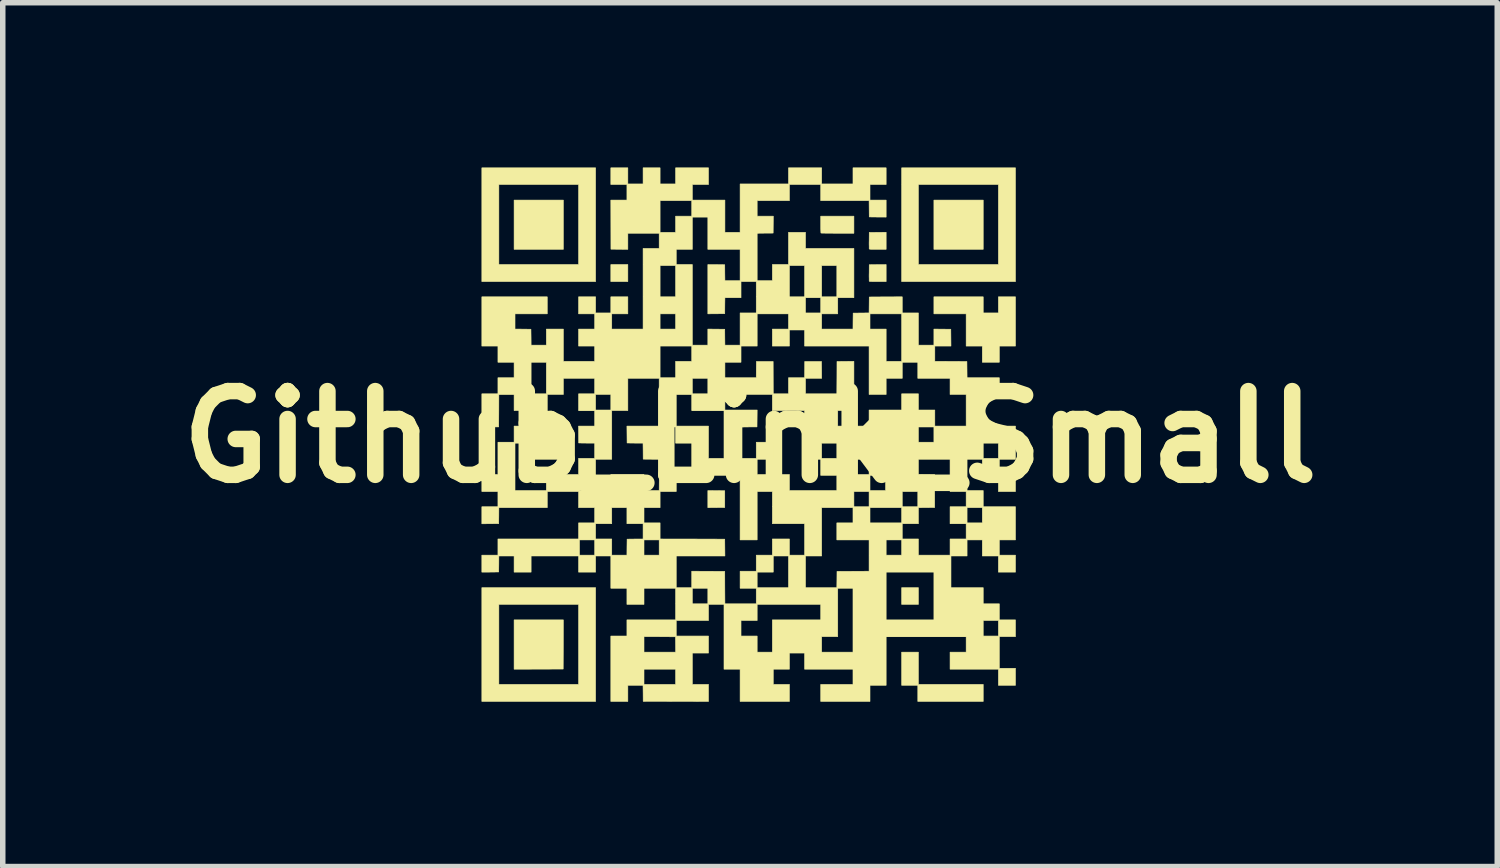
<source format=kicad_pcb>
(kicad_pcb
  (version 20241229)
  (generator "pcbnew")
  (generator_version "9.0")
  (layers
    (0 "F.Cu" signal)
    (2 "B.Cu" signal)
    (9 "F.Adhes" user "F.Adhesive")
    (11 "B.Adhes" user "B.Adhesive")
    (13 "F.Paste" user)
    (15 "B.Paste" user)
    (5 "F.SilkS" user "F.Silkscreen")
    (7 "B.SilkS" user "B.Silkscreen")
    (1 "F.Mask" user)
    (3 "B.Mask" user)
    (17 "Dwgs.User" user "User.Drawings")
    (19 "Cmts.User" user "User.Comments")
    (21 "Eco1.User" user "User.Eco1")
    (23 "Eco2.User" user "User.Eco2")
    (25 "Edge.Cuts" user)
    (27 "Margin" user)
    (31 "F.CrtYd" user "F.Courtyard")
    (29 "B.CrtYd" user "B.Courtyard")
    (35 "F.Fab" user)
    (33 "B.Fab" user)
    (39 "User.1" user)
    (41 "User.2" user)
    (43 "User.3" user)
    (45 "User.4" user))
  (footprint "Github_Link_Small"
    (layer "F.Cu")
    (at 10.603 4.904)
    (property "Reference" "Github_Link_Small" (at 0 0 0) (layer "F.SilkS") (effects (font (size 1.524 1.524) (thickness 0.3))))
    (attr through_hole)
    (fp_poly (pts (xy -3.398 -3.415) (xy -4.295 -3.415) (xy -4.295 -4.312) (xy -3.398 -4.312) (xy -3.398 -3.415)) (stroke (width 0.01) (type solid)) (fill yes) (layer "F.SilkS"))
    (fp_poly (pts (xy -2.224 -2.828) (xy -2.534 -2.828) (xy -2.534 -3.138) (xy -2.224 -3.138) (xy -2.224 -2.828)) (stroke (width 0.01) (type solid)) (fill yes) (layer "F.SilkS"))
    (fp_poly (pts (xy 3.065 3.048) (xy 2.76 3.048) (xy 2.76 2.743) (xy 3.065 2.743) (xy 3.065 3.048)) (stroke (width 0.01) (type solid)) (fill yes) (layer "F.SilkS"))
    (fp_poly (pts (xy 4.245 -3.415) (xy 3.347 -3.415) (xy 3.347 -4.312) (xy 4.245 -4.312) (xy 4.245 -3.415)) (stroke (width 0.01) (type solid)) (fill yes) (layer "F.SilkS"))
    (fp_poly (pts (xy -3.399 3.778) (xy -3.401 4.225) (xy -4.295 4.228) (xy -4.295 3.33) (xy -3.398 3.33) (xy -3.399 3.778)) (stroke (width 0.01) (type solid)) (fill yes) (layer "F.SilkS"))
    (fp_poly (pts (xy -0.614 0.978) (xy -0.46 0.979) (xy -0.46 1.284) (xy -0.768 1.287) (xy -0.768 0.976) (xy -0.614 0.978)) (stroke (width 0.01) (type solid)) (fill yes) (layer "F.SilkS"))
    (fp_poly (pts (xy -2.811 -2.828) (xy -4.882 -2.828) (xy -4.882 -4.595) (xy -4.572 -4.595) (xy -4.572 -3.138) (xy -3.121 -3.138) (xy -3.121 -4.595) (xy -4.572 -4.595) (xy -4.882 -4.595) (xy -4.882 -4.899) (xy -2.811 -4.899) (xy -2.811 -2.828)) (stroke (width 0.01) (type solid)) (fill yes) (layer "F.SilkS"))
    (fp_poly (pts (xy 4.832 -2.828) (xy 2.76 -2.828) (xy 2.76 -3.138) (xy 3.065 -3.138) (xy 4.521 -3.138) (xy 4.521 -4.595) (xy 3.065 -4.595) (xy 3.065 -3.866) (xy 3.065 -3.138) (xy 2.76 -3.138) (xy 2.76 -4.899) (xy 4.832 -4.899) (xy 4.832 -2.828)) (stroke (width 0.01) (type solid)) (fill yes) (layer "F.SilkS"))
    (fp_poly (pts (xy 4.245 -2.258) (xy 4.521 -2.258) (xy 4.521 -2.551) (xy 4.832 -2.551) (xy 4.832 -1.654) (xy 4.538 -1.654) (xy 4.538 -1.36) (xy 4.228 -1.36) (xy 4.228 -1.654) (xy 3.934 -1.654) (xy 3.934 -2.241) (xy 3.347 -2.241) (xy 3.347 -2.551) (xy 4.245 -2.551) (xy 4.245 -2.258)) (stroke (width 0.01) (type solid)) (fill yes) (layer "F.SilkS"))
    (fp_poly (pts (xy 3.065 4.068) (xy 3.065 4.119) (xy 3.065 4.177) (xy 3.065 4.236) (xy 3.065 4.294) (xy 3.065 4.346) (xy 3.065 4.362) (xy 3.065 4.504) (xy 4.245 4.504) (xy 4.245 4.815) (xy 3.054 4.815) (xy 3.054 4.521) (xy 2.76 4.521) (xy 2.76 3.917) (xy 3.065 3.917) (xy 3.065 4.068)) (stroke (width 0.01) (type solid)) (fill yes) (layer "F.SilkS"))
    (fp_poly (pts (xy 2.478 -3.415) (xy 2.325 -3.415) (xy 2.277 -3.415) (xy 2.24 -3.415) (xy 2.211 -3.416) (xy 2.191 -3.417) (xy 2.178 -3.419) (xy 2.172 -3.421) (xy 2.17 -3.422) (xy 2.169 -3.429) (xy 2.169 -3.447) (xy 2.169 -3.472) (xy 2.168 -3.503) (xy 2.168 -3.54) (xy 2.169 -3.576) (xy 2.17 -3.723) (xy 2.478 -3.726) (xy 2.478 -3.415)) (stroke (width 0.01) (type solid)) (fill yes) (layer "F.SilkS"))
    (fp_poly (pts (xy 2.478 -2.828) (xy 2.325 -2.828) (xy 2.277 -2.828) (xy 2.24 -2.828) (xy 2.211 -2.829) (xy 2.191 -2.83) (xy 2.178 -2.832) (xy 2.172 -2.834) (xy 2.17 -2.835) (xy 2.169 -2.842) (xy 2.169 -2.859) (xy 2.169 -2.885) (xy 2.168 -2.916) (xy 2.168 -2.953) (xy 2.169 -2.989) (xy 2.17 -3.135) (xy 2.324 -3.137) (xy 2.478 -3.138) (xy 2.478 -2.828)) (stroke (width 0.01) (type solid)) (fill yes) (layer "F.SilkS"))
    (fp_poly (pts (xy 1.891 -3.708) (xy 1.593 -3.708) (xy 1.536 -3.708) (xy 1.482 -3.709) (xy 1.433 -3.709) (xy 1.39 -3.709) (xy 1.353 -3.71) (xy 1.323 -3.71) (xy 1.303 -3.711) (xy 1.292 -3.712) (xy 1.291 -3.712) (xy 1.29 -3.719) (xy 1.289 -3.735) (xy 1.288 -3.759) (xy 1.287 -3.791) (xy 1.287 -3.827) (xy 1.287 -3.867) (xy 1.287 -4.019) (xy 1.891 -4.019) (xy 1.891 -3.708)) (stroke (width 0.01) (type solid)) (fill yes) (layer "F.SilkS"))
    (fp_poly (pts (xy -3.619 2.743) (xy -3.53 2.743) (xy -3.444 2.743) (xy -3.362 2.743) (xy -3.284 2.743) (xy -3.213 2.743) (xy -3.147 2.743) (xy -3.09 2.743) (xy -3.04 2.743) (xy -3 2.743) (xy -2.97 2.743) (xy -2.959 2.743) (xy -2.811 2.743) (xy -2.811 4.815) (xy -4.882 4.815) (xy -4.882 3.048) (xy -4.572 3.048) (xy -4.572 4.504) (xy -3.121 4.504) (xy -3.121 3.048) (xy -4.572 3.048) (xy -4.882 3.048) (xy -4.882 2.743) (xy -4.737 2.743) (xy -4.706 2.743) (xy -4.665 2.743) (xy -4.614 2.743) (xy -4.556 2.743) (xy -4.49 2.743) (xy -4.418 2.743) (xy -4.34 2.743) (xy -4.257 2.743) (xy -4.171 2.743) (xy -4.081 2.743) (xy -3.99 2.743) (xy -3.897 2.743) (xy -3.803 2.743) (xy -3.711 2.743) (xy -3.619 2.743)) (stroke (width 0.01) (type solid)) (fill yes) (layer "F.SilkS"))
    (fp_poly (pts (xy -2.224 -4.606) (xy -1.947 -4.606) (xy -1.947 -4.899) (xy -1.637 -4.899) (xy -1.637 -4.606) (xy -1.355 -4.606) (xy -1.355 -4.899) (xy -0.756 -4.899) (xy -0.756 -4.595) (xy -1.05 -4.595) (xy -1.05 -4.312) (xy -0.457 -4.312) (xy -0.457 -3.725) (xy -0.181 -3.725) (xy -0.181 -4.606) (xy 0.7 -4.606) (xy 0.7 -4.899) (xy 1.304 -4.899) (xy 1.304 -4.606) (xy 1.874 -4.606) (xy 1.874 -4.899) (xy 2.478 -4.899) (xy 2.478 -4.595) (xy 2.184 -4.595) (xy 2.184 -4.312) (xy 2.478 -4.312) (xy 2.478 -4.002) (xy 2.324 -4.003) (xy 2.17 -4.005) (xy 2.167 -4.301) (xy 1.878 -4.301) (xy 1.815 -4.301) (xy 1.751 -4.301) (xy 1.686 -4.301) (xy 1.624 -4.301) (xy 1.565 -4.301) (xy 1.513 -4.301) (xy 1.468 -4.301) (xy 1.438 -4.301) (xy 1.287 -4.301) (xy 1.287 -4.595) (xy 0.717 -4.595) (xy 0.717 -4.301) (xy 0.566 -4.301) (xy 0.515 -4.301) (xy 0.457 -4.301) (xy 0.398 -4.301) (xy 0.34 -4.301) (xy 0.288 -4.301) (xy 0.272 -4.301) (xy 0.13 -4.302) (xy 0.13 -4.019) (xy 0.424 -4.019) (xy 0.421 -3.711) (xy 0.275 -3.71) (xy 0.13 -3.708) (xy 0.13 -2.845) (xy 0.406 -2.845) (xy 0.406 -3.121) (xy 0.717 -3.121) (xy 0.717 -2.551) (xy 0.993 -2.551) (xy 0.993 -3.121) (xy 1.304 -3.121) (xy 1.304 -2.551) (xy 1.58 -2.551) (xy 1.58 -3.121) (xy 1.304 -3.121) (xy 0.993 -3.121) (xy 0.717 -3.121) (xy 0.406 -3.121) (xy 0.406 -3.138) (xy 0.7 -3.138) (xy 0.7 -3.725) (xy 1.01 -3.725) (xy 1.01 -3.432) (xy 1.891 -3.432) (xy 1.891 -2.534) (xy 1.597 -2.534) (xy 1.597 -2.241) (xy 1.304 -2.241) (xy 1.304 -1.964) (xy 1.874 -1.964) (xy 1.875 -2.11) (xy 1.877 -2.241) (xy 2.184 -2.241) (xy 2.184 -1.964) (xy 2.478 -1.964) (xy 2.478 -1.377) (xy 2.76 -1.377) (xy 2.76 -2.241) (xy 2.184 -2.241) (xy 1.877 -2.241) (xy 1.877 -2.255) (xy 2.022 -2.256) (xy 2.167 -2.258) (xy 2.17 -2.548) (xy 2.471 -2.55) (xy 2.771 -2.551) (xy 2.771 -2.258) (xy 3.065 -2.258) (xy 3.065 -2.107) (xy 3.065 -2.056) (xy 3.065 -1.998) (xy 3.065 -1.939) (xy 3.065 -1.881) (xy 3.065 -1.829) (xy 3.065 -1.813) (xy 3.065 -1.671) (xy 3.347 -1.671) (xy 3.347 -1.964) (xy 3.655 -1.961) (xy 3.658 -1.654) (xy 3.364 -1.654) (xy 3.364 -1.377) (xy 3.948 -1.374) (xy 3.951 -1.078) (xy 4.094 -1.078) (xy 4.143 -1.078) (xy 4.199 -1.078) (xy 4.258 -1.078) (xy 4.317 -1.078) (xy 4.371 -1.078) (xy 4.387 -1.078) (xy 4.538 -1.078) (xy 4.538 -0.773) (xy 4.245 -0.773) (xy 4.245 -0.198) (xy 4.832 -0.198) (xy 4.832 0.406) (xy 4.538 0.406) (xy 4.538 0.683) (xy 4.832 0.683) (xy 4.832 0.993) (xy 4.521 0.993) (xy 4.521 0.7) (xy 4.228 0.7) (xy 4.228 0.406) (xy 3.951 0.406) (xy 3.951 0.976) (xy 4.245 0.976) (xy 4.245 1.27) (xy 4.832 1.27) (xy 4.832 1.874) (xy 4.538 1.874) (xy 4.538 2.151) (xy 4.832 2.151) (xy 4.832 2.461) (xy 4.521 2.461) (xy 4.521 2.167) (xy 4.228 2.167) (xy 4.228 1.874) (xy 3.951 1.874) (xy 3.951 2.167) (xy 3.658 2.167) (xy 3.658 2.744) (xy 3.803 2.743) (xy 3.853 2.743) (xy 3.911 2.743) (xy 3.971 2.743) (xy 4.03 2.743) (xy 4.084 2.743) (xy 4.096 2.743) (xy 4.245 2.743) (xy 4.245 3.037) (xy 4.538 3.037) (xy 4.538 3.33) (xy 4.832 3.33) (xy 4.832 3.635) (xy 4.538 3.635) (xy 4.538 4.211) (xy 4.832 4.211) (xy 4.832 4.521) (xy 4.521 4.521) (xy 4.521 4.228) (xy 3.641 4.228) (xy 3.641 3.917) (xy 3.934 3.917) (xy 3.934 3.635) (xy 3.206 3.635) (xy 2.478 3.635) (xy 2.478 4.521) (xy 2.184 4.521) (xy 2.184 4.815) (xy 1.287 4.815) (xy 1.287 4.504) (xy 1.874 4.504) (xy 1.874 4.228) (xy 0.993 4.228) (xy 0.993 3.934) (xy 0.717 3.934) (xy 0.717 4.228) (xy 0.423 4.228) (xy 0.423 4.504) (xy 0.717 4.504) (xy 0.717 4.815) (xy -0.181 4.815) (xy -0.181 4.228) (xy -0.474 4.228) (xy -0.474 3.342) (xy -0.164 3.342) (xy -0.164 3.624) (xy 0.13 3.624) (xy 0.13 3.917) (xy 0.406 3.917) (xy 0.406 3.635) (xy 1.304 3.635) (xy 1.304 3.917) (xy 1.874 3.917) (xy 1.874 3.342) (xy 4.245 3.342) (xy 4.245 3.624) (xy 4.521 3.624) (xy 4.521 3.342) (xy 4.245 3.342) (xy 1.874 3.342) (xy 1.874 2.754) (xy 1.597 2.754) (xy 1.597 3.635) (xy 1.304 3.635) (xy 0.406 3.635) (xy 0.406 3.33) (xy 1.287 3.33) (xy 1.287 3.048) (xy 0.13 3.048) (xy 0.13 3.342) (xy -0.164 3.342) (xy -0.474 3.342) (xy -0.474 3.048) (xy -0.756 3.048) (xy -0.756 3.342) (xy -1.343 3.342) (xy -1.343 3.624) (xy -0.756 3.624) (xy -0.756 3.934) (xy -1.05 3.934) (xy -1.05 4.504) (xy -0.756 4.504) (xy -0.756 4.815) (xy -1.945 4.812) (xy -1.946 4.667) (xy -1.948 4.521) (xy -2.224 4.521) (xy -2.224 4.815) (xy -2.534 4.815) (xy -2.534 4.228) (xy -1.93 4.228) (xy -1.93 4.504) (xy -1.355 4.504) (xy -1.355 4.228) (xy -1.93 4.228) (xy -2.534 4.228) (xy -2.534 3.917) (xy -1.93 3.917) (xy -1.354 3.917) (xy -1.357 3.638) (xy -1.644 3.636) (xy -1.93 3.635) (xy -1.93 3.917) (xy -2.534 3.917) (xy -2.534 3.624) (xy -2.241 3.624) (xy -2.241 3.33) (xy -1.355 3.33) (xy -1.355 2.754) (xy -1.05 2.754) (xy -1.05 3.037) (xy -0.768 3.037) (xy -0.768 2.754) (xy -1.05 2.754) (xy -1.355 2.754) (xy -1.93 2.754) (xy -1.93 3.048) (xy -2.241 3.048) (xy -2.241 2.754) (xy -2.534 2.754) (xy -2.534 2.167) (xy -2.811 2.167) (xy -2.811 2.461) (xy -3.121 2.461) (xy -3.121 2.167) (xy -3.985 2.167) (xy -3.985 2.461) (xy -4.295 2.461) (xy -4.295 2.167) (xy -4.572 2.167) (xy -4.573 2.313) (xy -4.575 2.458) (xy -4.729 2.46) (xy -4.882 2.461) (xy -4.882 2.151) (xy -4.589 2.151) (xy -4.589 1.874) (xy -3.104 1.874) (xy -3.104 2.151) (xy -2.828 2.151) (xy -2.828 1.874) (xy -3.104 1.874) (xy -4.589 1.874) (xy -4.589 1.857) (xy -3.121 1.857) (xy -3.121 1.58) (xy -2.811 1.58) (xy -2.811 1.857) (xy -2.517 1.857) (xy -2.517 2.151) (xy -2.241 2.151) (xy -2.24 2.005) (xy -2.238 1.874) (xy -1.93 1.874) (xy -1.93 2.151) (xy -1.654 2.151) (xy -1.654 1.874) (xy -1.93 1.874) (xy -2.238 1.874) (xy -2.238 1.86) (xy -2.093 1.858) (xy -1.947 1.857) (xy -1.947 1.58) (xy -2.241 1.58) (xy -2.241 1.287) (xy -2.517 1.287) (xy -2.517 1.58) (xy -2.811 1.58) (xy -3.121 1.58) (xy -3.121 1.564) (xy -2.828 1.564) (xy -2.828 1.287) (xy -3.121 1.287) (xy -3.121 0.993) (xy -3.691 0.993) (xy -3.691 1.287) (xy -4.572 1.287) (xy -4.573 1.432) (xy -4.575 1.578) (xy -4.882 1.581) (xy -4.882 1.27) (xy -4.589 1.27) (xy -4.589 0.993) (xy -4.882 0.993) (xy -4.882 0.683) (xy -4.589 0.683) (xy -4.589 0.113) (xy -4.278 0.113) (xy -4.278 0.976) (xy -3.708 0.976) (xy -3.708 0.7) (xy -3.104 0.7) (xy -3.104 0.976) (xy -2.534 0.976) (xy -2.534 0.683) (xy -1.93 0.683) (xy -1.93 0.976) (xy -1.654 0.976) (xy -1.653 0.831) (xy -1.651 0.686) (xy -1.497 0.684) (xy -1.343 0.683) (xy -1.343 0.993) (xy -1.637 0.993) (xy -1.637 1.287) (xy -1.93 1.287) (xy -1.93 1.564) (xy -1.637 1.564) (xy -1.637 1.857) (xy -1.048 1.858) (xy -0.46 1.86) (xy -0.457 2.167) (xy -1.343 2.167) (xy -1.343 2.743) (xy -1.061 2.743) (xy -1.061 2.444) (xy -0.761 2.445) (xy -0.46 2.447) (xy -0.459 2.742) (xy -0.457 3.037) (xy 0.113 3.037) (xy 0.113 2.754) (xy -0.181 2.754) (xy -0.181 2.461) (xy 0.13 2.461) (xy 0.13 2.743) (xy 0.7 2.743) (xy 0.7 2.167) (xy 1.01 2.167) (xy 1.01 2.743) (xy 1.58 2.743) (xy 1.582 2.595) (xy 1.583 2.461) (xy 2.478 2.461) (xy 2.478 3.33) (xy 3.347 3.33) (xy 3.347 2.461) (xy 2.478 2.461) (xy 1.583 2.461) (xy 1.583 2.447) (xy 2.167 2.444) (xy 2.167 1.874) (xy 2.478 1.874) (xy 2.478 2.151) (xy 2.76 2.151) (xy 2.76 1.874) (xy 2.478 1.874) (xy 2.167 1.874) (xy 1.58 1.874) (xy 1.58 1.58) (xy 2.771 1.58) (xy 2.771 1.857) (xy 3.065 1.857) (xy 3.065 2.151) (xy 3.641 2.151) (xy 3.641 1.857) (xy 3.934 1.857) (xy 3.934 1.58) (xy 3.641 1.58) (xy 3.641 1.287) (xy 3.951 1.287) (xy 3.951 1.564) (xy 4.228 1.564) (xy 4.228 1.287) (xy 3.951 1.287) (xy 3.641 1.287) (xy 3.641 1.27) (xy 3.934 1.27) (xy 3.934 0.993) (xy 3.641 0.993) (xy 3.641 0.406) (xy 3.065 0.406) (xy 3.065 0.683) (xy 3.213 0.684) (xy 3.361 0.686) (xy 3.361 1.284) (xy 3.213 1.286) (xy 3.065 1.287) (xy 3.065 1.58) (xy 2.771 1.58) (xy 1.58 1.58) (xy 1.58 1.564) (xy 1.874 1.564) (xy 1.874 1.287) (xy 2.184 1.287) (xy 2.184 1.564) (xy 2.76 1.564) (xy 2.76 1.287) (xy 2.184 1.287) (xy 1.874 1.287) (xy 1.304 1.287) (xy 1.304 2.167) (xy 1.01 2.167) (xy 0.7 2.167) (xy 0.423 2.167) (xy 0.423 2.461) (xy 0.13 2.461) (xy -0.181 2.461) (xy -0.181 2.444) (xy 0.113 2.444) (xy 0.113 2.151) (xy 0.406 2.151) (xy 0.406 1.857) (xy 0.717 1.857) (xy 0.717 2.151) (xy 0.993 2.151) (xy 0.993 1.58) (xy 0.406 1.58) (xy 0.406 0.993) (xy 1.891 0.993) (xy 1.891 1.27) (xy 2.167 1.27) (xy 2.167 0.993) (xy 2.771 0.993) (xy 2.771 1.27) (xy 3.054 1.27) (xy 3.054 0.993) (xy 2.771 0.993) (xy 2.167 0.993) (xy 1.891 0.993) (xy 0.406 0.993) (xy 0.13 0.993) (xy 0.13 1.874) (xy -0.181 1.874) (xy -0.181 0.7) (xy -1.061 0.7) (xy -1.061 0.113) (xy -1.355 0.113) (xy -1.355 -0.181) (xy -1.637 -0.181) (xy -1.637 0.407) (xy -1.945 0.404) (xy -1.946 0.258) (xy -1.948 0.113) (xy -2.093 0.112) (xy -2.238 0.11) (xy -2.241 -0.198) (xy -1.654 -0.198) (xy -1.654 -0.773) (xy -1.343 -0.773) (xy -1.343 -0.198) (xy -0.756 -0.198) (xy -0.756 -0.049) (xy -0.756 0.002) (xy -0.756 0.06) (xy -0.756 0.12) (xy -0.756 0.179) (xy -0.756 0.232) (xy -0.756 0.244) (xy -0.757 0.389) (xy -0.474 0.389) (xy -0.474 -0.48) (xy -1.061 -0.48) (xy -1.061 -0.773) (xy -0.457 -0.773) (xy -0.457 -0.491) (xy 0.13 -0.491) (xy 0.127 -0.183) (xy -0.018 -0.182) (xy -0.164 -0.18) (xy -0.164 0.389) (xy 0.113 0.389) (xy 0.113 0.096) (xy 0.423 0.096) (xy 0.423 0.406) (xy 0.13 0.406) (xy 0.13 0.683) (xy 0.717 0.683) (xy 0.717 0.976) (xy 1.58 0.976) (xy 1.58 0.7) (xy 2.184 0.7) (xy 2.184 0.976) (xy 2.467 0.976) (xy 2.467 0.7) (xy 2.184 0.7) (xy 1.58 0.7) (xy 1.287 0.7) (xy 1.287 0.406) (xy 1.891 0.406) (xy 1.891 0.683) (xy 2.167 0.683) (xy 2.167 0.406) (xy 1.891 0.406) (xy 1.287 0.406) (xy 0.993 0.406) (xy 0.993 0.113) (xy 1.304 0.113) (xy 1.304 0.389) (xy 1.58 0.389) (xy 1.58 0.113) (xy 4.245 0.113) (xy 4.245 0.389) (xy 4.521 0.389) (xy 4.521 0.113) (xy 4.245 0.113) (xy 1.58 0.113) (xy 1.304 0.113) (xy 0.993 0.113) (xy 0.993 -0.181) (xy 3.065 -0.181) (xy 3.065 0.096) (xy 3.347 0.096) (xy 3.347 -0.181) (xy 3.065 -0.181) (xy 0.993 -0.181) (xy 0.993 -0.48) (xy 0.406 -0.48) (xy 0.406 -0.773) (xy -0.457 -0.773) (xy -1.061 -0.773) (xy -1.343 -0.773) (xy -1.654 -0.773) (xy -1.654 -1.067) (xy -1.05 -1.067) (xy -1.05 -0.785) (xy -0.768 -0.785) (xy -0.768 -1.067) (xy -1.05 -1.067) (xy -1.654 -1.067) (xy -2.224 -1.067) (xy -2.224 -0.48) (xy -2.517 -0.48) (xy -2.517 0.406) (xy -2.811 0.406) (xy -2.811 0.7) (xy -3.104 0.7) (xy -3.708 0.7) (xy -3.708 0.683) (xy -3.121 0.683) (xy -3.121 0.389) (xy -2.828 0.389) (xy -2.828 0.113) (xy -2.973 0.112) (xy -3.119 0.11) (xy -3.122 -0.198) (xy -2.828 -0.198) (xy -2.828 -0.48) (xy -3.121 -0.48) (xy -3.121 -0.773) (xy -2.811 -0.773) (xy -2.811 -0.491) (xy -2.534 -0.491) (xy -2.534 -0.773) (xy -2.811 -0.773) (xy -3.121 -0.773) (xy -3.121 -0.785) (xy -2.828 -0.785) (xy -2.828 -1.067) (xy -3.398 -1.067) (xy -3.398 -0.773) (xy -3.691 -0.773) (xy -3.691 -0.198) (xy -3.398 -0.198) (xy -3.398 0.406) (xy -4.002 0.406) (xy -4.002 0.113) (xy -4.278 0.113) (xy -4.589 0.113) (xy -4.589 0.096) (xy -4.295 0.096) (xy -4.295 -0.198) (xy -4.002 -0.198) (xy -4.002 -0.48) (xy -4.295 -0.48) (xy -4.295 -0.773) (xy -4.572 -0.773) (xy -4.573 -0.478) (xy -4.575 -0.183) (xy -4.729 -0.182) (xy -4.882 -0.18) (xy -4.882 -0.785) (xy -4.589 -0.785) (xy -4.589 -1.078) (xy -4.295 -1.078) (xy -4.295 -1.36) (xy -3.985 -1.36) (xy -3.985 -0.785) (xy -3.708 -0.785) (xy -3.708 -1.36) (xy -3.985 -1.36) (xy -4.295 -1.36) (xy -4.589 -1.36) (xy -4.589 -1.654) (xy -4.882 -1.654) (xy -4.882 -2.551) (xy -3.691 -2.551) (xy -3.691 -2.241) (xy -4.278 -2.241) (xy -4.278 -1.964) (xy -4.133 -1.963) (xy -3.988 -1.961) (xy -3.986 -1.816) (xy -3.985 -1.671) (xy -3.708 -1.671) (xy -3.708 -1.964) (xy -3.398 -1.964) (xy -3.398 -1.377) (xy -2.828 -1.377) (xy -2.828 -1.654) (xy -1.637 -1.654) (xy -1.637 -1.078) (xy -1.355 -1.078) (xy -1.355 -1.36) (xy -0.457 -1.36) (xy -0.457 -1.078) (xy -0.172 -1.078) (xy 0.113 -1.078) (xy 0.114 -1.226) (xy 0.116 -1.374) (xy 0.421 -1.374) (xy 0.422 -1.079) (xy 0.423 -0.785) (xy 0.7 -0.785) (xy 0.7 -1.078) (xy 0.993 -1.078) (xy 0.995 -1.226) (xy 0.996 -1.374) (xy 1.301 -1.374) (xy 1.303 -1.221) (xy 1.304 -1.067) (xy 1.01 -1.067) (xy 1.01 -0.785) (xy 1.58 -0.785) (xy 1.582 -1.079) (xy 1.583 -1.374) (xy 1.891 -1.377) (xy 1.891 -0.48) (xy 1.597 -0.48) (xy 1.597 -0.198) (xy 2.167 -0.198) (xy 2.167 -0.491) (xy 2.76 -0.491) (xy 2.76 -0.785) (xy 3.065 -0.785) (xy 3.065 -0.491) (xy 3.364 -0.491) (xy 3.364 -0.198) (xy 3.934 -0.198) (xy 3.934 -0.773) (xy 3.641 -0.773) (xy 3.641 -1.067) (xy 3.054 -1.067) (xy 3.054 -1.36) (xy 2.771 -1.36) (xy 2.771 -1.067) (xy 2.478 -1.067) (xy 2.478 -0.773) (xy 2.167 -0.773) (xy 2.167 -1.654) (xy 0.993 -1.654) (xy 0.993 -1.947) (xy 0.717 -1.947) (xy 0.717 -1.654) (xy 0.406 -1.654) (xy 0.406 -1.964) (xy 0.7 -1.964) (xy 0.7 -2.241) (xy 0.13 -2.241) (xy 0.13 -1.654) (xy -0.164 -1.654) (xy -0.164 -1.36) (xy -0.457 -1.36) (xy -1.355 -1.36) (xy -1.355 -1.377) (xy -1.061 -1.377) (xy -1.061 -1.654) (xy -1.637 -1.654) (xy -2.828 -1.654) (xy -3.121 -1.654) (xy -3.121 -1.964) (xy -2.828 -1.964) (xy -2.828 -2.241) (xy -3.121 -2.241) (xy -3.121 -2.551) (xy -2.811 -2.551) (xy -2.811 -2.258) (xy -2.534 -2.258) (xy -2.534 -2.551) (xy -2.224 -2.551) (xy -2.224 -2.241) (xy -2.517 -2.241) (xy -2.517 -1.964) (xy -1.947 -1.964) (xy -1.947 -2.241) (xy -1.637 -2.241) (xy -1.637 -1.964) (xy -1.355 -1.964) (xy -1.355 -2.241) (xy -1.637 -2.241) (xy -1.947 -2.241) (xy -1.947 -3.121) (xy -1.637 -3.121) (xy -1.637 -2.551) (xy -1.355 -2.551) (xy -1.355 -3.121) (xy -1.637 -3.121) (xy -1.947 -3.121) (xy -1.947 -3.415) (xy -1.343 -3.415) (xy -1.343 -3.138) (xy -1.05 -3.138) (xy -1.05 -1.671) (xy -0.768 -1.671) (xy -0.768 -1.964) (xy -0.46 -1.961) (xy -0.459 -1.816) (xy -0.457 -1.671) (xy -0.181 -1.671) (xy -0.181 -2.258) (xy 0.113 -2.258) (xy 0.113 -2.534) (xy 1.01 -2.534) (xy 1.01 -2.258) (xy 1.287 -2.258) (xy 1.287 -2.534) (xy 1.01 -2.534) (xy 0.113 -2.534) (xy 0.113 -2.828) (xy -0.164 -2.828) (xy -0.164 -2.534) (xy -0.457 -2.534) (xy -0.459 -2.389) (xy -0.46 -2.244) (xy -0.614 -2.242) (xy -0.768 -2.241) (xy -0.768 -3.138) (xy -0.614 -3.137) (xy -0.46 -3.135) (xy -0.459 -2.99) (xy -0.457 -2.845) (xy -0.181 -2.845) (xy -0.181 -3.415) (xy -0.768 -3.415) (xy -0.768 -4.002) (xy -1.05 -4.002) (xy -1.05 -3.415) (xy -1.343 -3.415) (xy -1.947 -3.415) (xy -1.947 -3.432) (xy -1.654 -3.432) (xy -1.654 -3.708) (xy -2.224 -3.708) (xy -2.224 -3.415) (xy -2.532 -3.418) (xy -2.534 -4.301) (xy -1.637 -4.301) (xy -1.637 -3.725) (xy -1.355 -3.725) (xy -1.355 -4.019) (xy -1.061 -4.019) (xy -1.061 -4.301) (xy -1.637 -4.301) (xy -2.534 -4.301) (xy -2.534 -4.312) (xy -2.241 -4.312) (xy -2.241 -4.595) (xy -2.534 -4.595) (xy -2.534 -4.899) (xy -2.224 -4.899) (xy -2.224 -4.606)) (stroke (width 0.01) (type solid)) (fill yes) (layer "F.SilkS")))
  (gr_rect
    (start -3 -3)
    (end 24.205 12.724)
    (stroke (width 0.1) (type default))
    (fill no)
    (layer "Edge.Cuts")))
</source>
